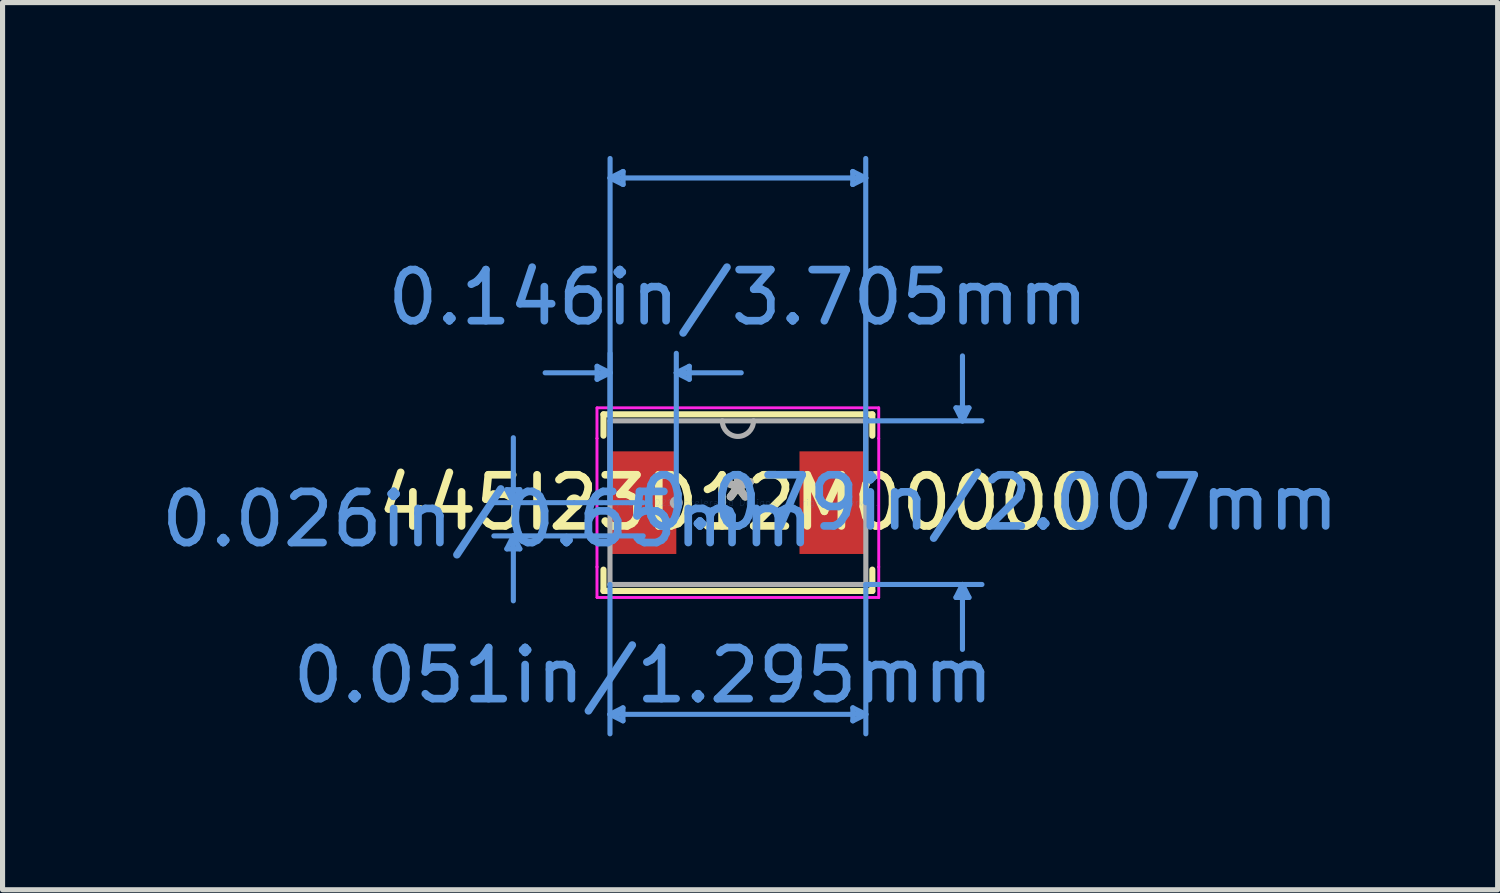
<source format=kicad_pcb>
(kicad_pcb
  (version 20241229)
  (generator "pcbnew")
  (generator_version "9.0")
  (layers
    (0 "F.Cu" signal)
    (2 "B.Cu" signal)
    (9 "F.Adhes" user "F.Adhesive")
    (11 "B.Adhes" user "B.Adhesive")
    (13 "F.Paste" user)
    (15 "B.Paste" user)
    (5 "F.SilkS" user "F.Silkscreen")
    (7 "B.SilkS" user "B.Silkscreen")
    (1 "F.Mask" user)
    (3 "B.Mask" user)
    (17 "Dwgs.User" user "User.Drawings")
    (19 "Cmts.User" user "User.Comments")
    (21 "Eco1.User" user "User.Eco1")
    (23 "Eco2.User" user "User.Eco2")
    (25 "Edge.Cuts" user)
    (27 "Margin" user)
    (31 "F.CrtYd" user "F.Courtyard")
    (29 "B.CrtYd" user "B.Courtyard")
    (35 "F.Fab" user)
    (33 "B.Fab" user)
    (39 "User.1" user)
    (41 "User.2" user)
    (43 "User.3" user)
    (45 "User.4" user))
  (footprint "445I23D12M00000"
    (layer "F.Cu")
    (at 11.382 6.781)
    (property "Reference" "445I23D12M00000" (at 0 0 0) (layer "F.SilkS") (effects (font (size 1 1) (thickness 0.15))))
    (attr through_hole)
    (fp_line (start -2.629 -1.727) (end -2.629 -1.31) (stroke (width 0.12) (type solid)) (layer "F.SilkS"))
    (fp_line (start -2.629 1.31) (end -2.629 1.727) (stroke (width 0.12) (type solid)) (layer "F.SilkS"))
    (fp_line (start -2.629 1.727) (end 2.629 1.727) (stroke (width 0.12) (type solid)) (layer "F.SilkS"))
    (fp_line (start 2.629 -1.727) (end -2.629 -1.727) (stroke (width 0.12) (type solid)) (layer "F.SilkS"))
    (fp_line (start 2.629 -1.31) (end 2.629 -1.727) (stroke (width 0.12) (type solid)) (layer "F.SilkS"))
    (fp_line (start 2.629 1.727) (end 2.629 1.31) (stroke (width 0.12) (type solid)) (layer "F.SilkS"))
    (fp_circle (center -3.201 0) (end -3.099 0) (stroke (width 0.12) (type solid)) (fill no) (layer "F.SilkS"))
    (fp_line (start -4.519 -0.254) (end -4.265 -0.254) (stroke (width 0.1) (type solid)) (layer "Cmts.User"))
    (fp_line (start -4.519 0.904) (end -4.265 0.904) (stroke (width 0.1) (type solid)) (layer "Cmts.User"))
    (fp_line (start -4.392 0) (end -4.519 -0.254) (stroke (width 0.1) (type solid)) (layer "Cmts.User"))
    (fp_line (start -4.392 0) (end -4.392 -1.27) (stroke (width 0.1) (type solid)) (layer "Cmts.User"))
    (fp_line (start -4.392 0) (end -4.265 -0.254) (stroke (width 0.1) (type solid)) (layer "Cmts.User"))
    (fp_line (start -4.392 0.65) (end -4.519 0.904) (stroke (width 0.1) (type solid)) (layer "Cmts.User"))
    (fp_line (start -4.392 0.65) (end -4.392 1.92) (stroke (width 0.1) (type solid)) (layer "Cmts.User"))
    (fp_line (start -4.392 0.65) (end -4.265 0.904) (stroke (width 0.1) (type solid)) (layer "Cmts.User"))
    (fp_line (start -2.754 -2.667) (end -2.754 -2.413) (stroke (width 0.1) (type solid)) (layer "Cmts.User"))
    (fp_line (start -2.502 1.6) (end -2.502 4.521) (stroke (width 0.1) (type solid)) (layer "Cmts.User"))
    (fp_line (start -2.502 4.14) (end -2.248 4.013) (stroke (width 0.1) (type solid)) (layer "Cmts.User"))
    (fp_line (start -2.502 4.14) (end -2.248 4.267) (stroke (width 0.1) (type solid)) (layer "Cmts.User"))
    (fp_line (start -2.502 4.14) (end 2.502 4.14) (stroke (width 0.1) (type solid)) (layer "Cmts.User"))
    (fp_line (start -2.5 -6.35) (end -2.246 -6.477) (stroke (width 0.1) (type solid)) (layer "Cmts.User"))
    (fp_line (start -2.5 -6.35) (end -2.246 -6.223) (stroke (width 0.1) (type solid)) (layer "Cmts.User"))
    (fp_line (start -2.5 -6.35) (end 2.5 -6.35) (stroke (width 0.1) (type solid)) (layer "Cmts.User"))
    (fp_line (start -2.5 -2.54) (end -3.77 -2.54) (stroke (width 0.1) (type solid)) (layer "Cmts.User"))
    (fp_line (start -2.5 -2.54) (end -2.754 -2.667) (stroke (width 0.1) (type solid)) (layer "Cmts.User"))
    (fp_line (start -2.5 -2.54) (end -2.754 -2.413) (stroke (width 0.1) (type solid)) (layer "Cmts.User"))
    (fp_line (start -2.5 0) (end -2.5 -6.731) (stroke (width 0.1) (type solid)) (layer "Cmts.User"))
    (fp_line (start -2.5 0) (end -2.5 -2.921) (stroke (width 0.1) (type solid)) (layer "Cmts.User"))
    (fp_line (start -2.248 4.013) (end -2.248 4.267) (stroke (width 0.1) (type solid)) (layer "Cmts.User"))
    (fp_line (start -2.246 -6.477) (end -2.246 -6.223) (stroke (width 0.1) (type solid)) (layer "Cmts.User"))
    (fp_line (start -1.852 0) (end -4.773 0) (stroke (width 0.1) (type solid)) (layer "Cmts.User"))
    (fp_line (start -1.852 0.65) (end -4.773 0.65) (stroke (width 0.1) (type solid)) (layer "Cmts.User"))
    (fp_line (start -1.205 -2.54) (end -0.951 -2.667) (stroke (width 0.1) (type solid)) (layer "Cmts.User"))
    (fp_line (start -1.205 -2.54) (end -0.951 -2.413) (stroke (width 0.1) (type solid)) (layer "Cmts.User"))
    (fp_line (start -1.205 -2.54) (end 0.065 -2.54) (stroke (width 0.1) (type solid)) (layer "Cmts.User"))
    (fp_line (start -1.205 0) (end -1.205 -2.921) (stroke (width 0.1) (type solid)) (layer "Cmts.User"))
    (fp_line (start -0.951 -2.667) (end -0.951 -2.413) (stroke (width 0.1) (type solid)) (layer "Cmts.User"))
    (fp_line (start 2.246 -6.477) (end 2.246 -6.223) (stroke (width 0.1) (type solid)) (layer "Cmts.User"))
    (fp_line (start 2.248 4.013) (end 2.248 4.267) (stroke (width 0.1) (type solid)) (layer "Cmts.User"))
    (fp_line (start 2.5 -6.35) (end 2.246 -6.477) (stroke (width 0.1) (type solid)) (layer "Cmts.User"))
    (fp_line (start 2.5 -6.35) (end 2.246 -6.223) (stroke (width 0.1) (type solid)) (layer "Cmts.User"))
    (fp_line (start 2.5 0) (end 2.5 -6.731) (stroke (width 0.1) (type solid)) (layer "Cmts.User"))
    (fp_line (start 2.502 -1.6) (end 4.773 -1.6) (stroke (width 0.1) (type solid)) (layer "Cmts.User"))
    (fp_line (start 2.502 1.6) (end 2.502 4.521) (stroke (width 0.1) (type solid)) (layer "Cmts.User"))
    (fp_line (start 2.502 1.6) (end 4.773 1.6) (stroke (width 0.1) (type solid)) (layer "Cmts.User"))
    (fp_line (start 2.502 4.14) (end 2.248 4.013) (stroke (width 0.1) (type solid)) (layer "Cmts.User"))
    (fp_line (start 2.502 4.14) (end 2.248 4.267) (stroke (width 0.1) (type solid)) (layer "Cmts.User"))
    (fp_line (start 4.265 -1.854) (end 4.519 -1.854) (stroke (width 0.1) (type solid)) (layer "Cmts.User"))
    (fp_line (start 4.265 1.854) (end 4.519 1.854) (stroke (width 0.1) (type solid)) (layer "Cmts.User"))
    (fp_line (start 4.392 -1.6) (end 4.265 -1.854) (stroke (width 0.1) (type solid)) (layer "Cmts.User"))
    (fp_line (start 4.392 -1.6) (end 4.392 -2.87) (stroke (width 0.1) (type solid)) (layer "Cmts.User"))
    (fp_line (start 4.392 -1.6) (end 4.519 -1.854) (stroke (width 0.1) (type solid)) (layer "Cmts.User"))
    (fp_line (start 4.392 1.6) (end 4.265 1.854) (stroke (width 0.1) (type solid)) (layer "Cmts.User"))
    (fp_line (start 4.392 1.6) (end 4.392 2.87) (stroke (width 0.1) (type solid)) (layer "Cmts.User"))
    (fp_line (start 4.392 1.6) (end 4.519 1.854) (stroke (width 0.1) (type solid)) (layer "Cmts.User"))
    (fp_line (start -2.756 -1.854) (end 2.756 -1.854) (stroke (width 0.05) (type solid)) (layer "F.CrtYd"))
    (fp_line (start -2.756 -1.854) (end 2.756 -1.854) (stroke (width 0.05) (type solid)) (layer "F.CrtYd"))
    (fp_line (start -2.756 -1.257) (end -2.756 -1.854) (stroke (width 0.05) (type solid)) (layer "F.CrtYd"))
    (fp_line (start -2.756 -1.257) (end -2.756 -1.854) (stroke (width 0.05) (type solid)) (layer "F.CrtYd"))
    (fp_line (start -2.756 -1.257) (end -2.756 -1.257) (stroke (width 0.05) (type solid)) (layer "F.CrtYd"))
    (fp_line (start -2.756 -1.257) (end -2.756 -1.257) (stroke (width 0.05) (type solid)) (layer "F.CrtYd"))
    (fp_line (start -2.756 1.257) (end -2.756 -1.257) (stroke (width 0.05) (type solid)) (layer "F.CrtYd"))
    (fp_line (start -2.756 1.257) (end -2.756 -1.257) (stroke (width 0.05) (type solid)) (layer "F.CrtYd"))
    (fp_line (start -2.756 1.257) (end -2.756 1.257) (stroke (width 0.05) (type solid)) (layer "F.CrtYd"))
    (fp_line (start -2.756 1.257) (end -2.756 1.257) (stroke (width 0.05) (type solid)) (layer "F.CrtYd"))
    (fp_line (start -2.756 1.854) (end -2.756 1.257) (stroke (width 0.05) (type solid)) (layer "F.CrtYd"))
    (fp_line (start -2.756 1.854) (end -2.756 1.257) (stroke (width 0.05) (type solid)) (layer "F.CrtYd"))
    (fp_line (start 2.756 -1.854) (end 2.756 -1.257) (stroke (width 0.05) (type solid)) (layer "F.CrtYd"))
    (fp_line (start 2.756 -1.854) (end 2.756 -1.257) (stroke (width 0.05) (type solid)) (layer "F.CrtYd"))
    (fp_line (start 2.756 -1.257) (end 2.756 -1.257) (stroke (width 0.05) (type solid)) (layer "F.CrtYd"))
    (fp_line (start 2.756 -1.257) (end 2.756 -1.257) (stroke (width 0.05) (type solid)) (layer "F.CrtYd"))
    (fp_line (start 2.756 -1.257) (end 2.756 1.257) (stroke (width 0.05) (type solid)) (layer "F.CrtYd"))
    (fp_line (start 2.756 -1.257) (end 2.756 1.257) (stroke (width 0.05) (type solid)) (layer "F.CrtYd"))
    (fp_line (start 2.756 1.257) (end 2.756 1.257) (stroke (width 0.05) (type solid)) (layer "F.CrtYd"))
    (fp_line (start 2.756 1.257) (end 2.756 1.257) (stroke (width 0.05) (type solid)) (layer "F.CrtYd"))
    (fp_line (start 2.756 1.257) (end 2.756 1.854) (stroke (width 0.05) (type solid)) (layer "F.CrtYd"))
    (fp_line (start 2.756 1.257) (end 2.756 1.854) (stroke (width 0.05) (type solid)) (layer "F.CrtYd"))
    (fp_line (start 2.756 1.854) (end -2.756 1.854) (stroke (width 0.05) (type solid)) (layer "F.CrtYd"))
    (fp_line (start 2.756 1.854) (end -2.756 1.854) (stroke (width 0.05) (type solid)) (layer "F.CrtYd"))
    (fp_line (start -2.502 -1.6) (end -2.502 1.6) (stroke (width 0.1) (type solid)) (layer "F.Fab"))
    (fp_line (start -2.502 1.6) (end 2.502 1.6) (stroke (width 0.1) (type solid)) (layer "F.Fab"))
    (fp_line (start 2.502 -1.6) (end -2.502 -1.6) (stroke (width 0.1) (type solid)) (layer "F.Fab"))
    (fp_line (start 2.502 1.6) (end 2.502 -1.6) (stroke (width 0.1) (type solid)) (layer "F.Fab"))
    (fp_arc (start 0.3048 -1.6002) (mid 0 -1.2954) (end -0.3048 -1.6002) (stroke (width 0.1) (type solid)) (layer "F.Fab"))
    (fp_circle (center -1.205 0) (end -1.128 0) (stroke (width 0.1) (type solid)) (fill no) (layer "F.Fab"))
    (fp_text user "*" (at 0 0 0) (layer "F.SilkS") (effects (font (size 1 1) (thickness 0.15))))
    (fp_text user "0.146in/3.705mm" (at 0 -4.013 0) (layer "Cmts.User") (effects (font (size 1 1) (thickness 0.15))))
    (fp_text user "Copyright 2021 Accelerated Designs. All rights reserved." (at 0 0 0) (layer "Cmts.User") (effects (font (size 0.127 0.127) (thickness 0.002))))
    (fp_text user "0.051in/1.295mm" (at -1.852 3.378 0) (layer "Cmts.User") (effects (font (size 1 1) (thickness 0.15))))
    (fp_text user "0.079in/2.007mm" (at 4.9 0 0) (layer "Cmts.User") (effects (font (size 1 1) (thickness 0.15))))
    (fp_text user "0.026in/0.65mm" (at -4.9 0.325 0) (layer "Cmts.User") (effects (font (size 1 1) (thickness 0.15))))
    (fp_text user "*" (at 0 0 0) (layer "F.Fab") (effects (font (size 1 1) (thickness 0.15))))
    (pad "1" smd rect (at -1.852 0) (size 1.295 2.007) (layers "F.Cu" "F.Mask" "F.Paste"))
    (pad "2" smd rect (at 1.852 0) (size 1.295 2.007) (layers "F.Cu" "F.Mask" "F.Paste")))
  (gr_rect
    (start -3 -3)
    (end 26.241 14.352)
    (stroke (width 0.1) (type default))
    (fill no)
    (layer "Edge.Cuts")))
</source>
